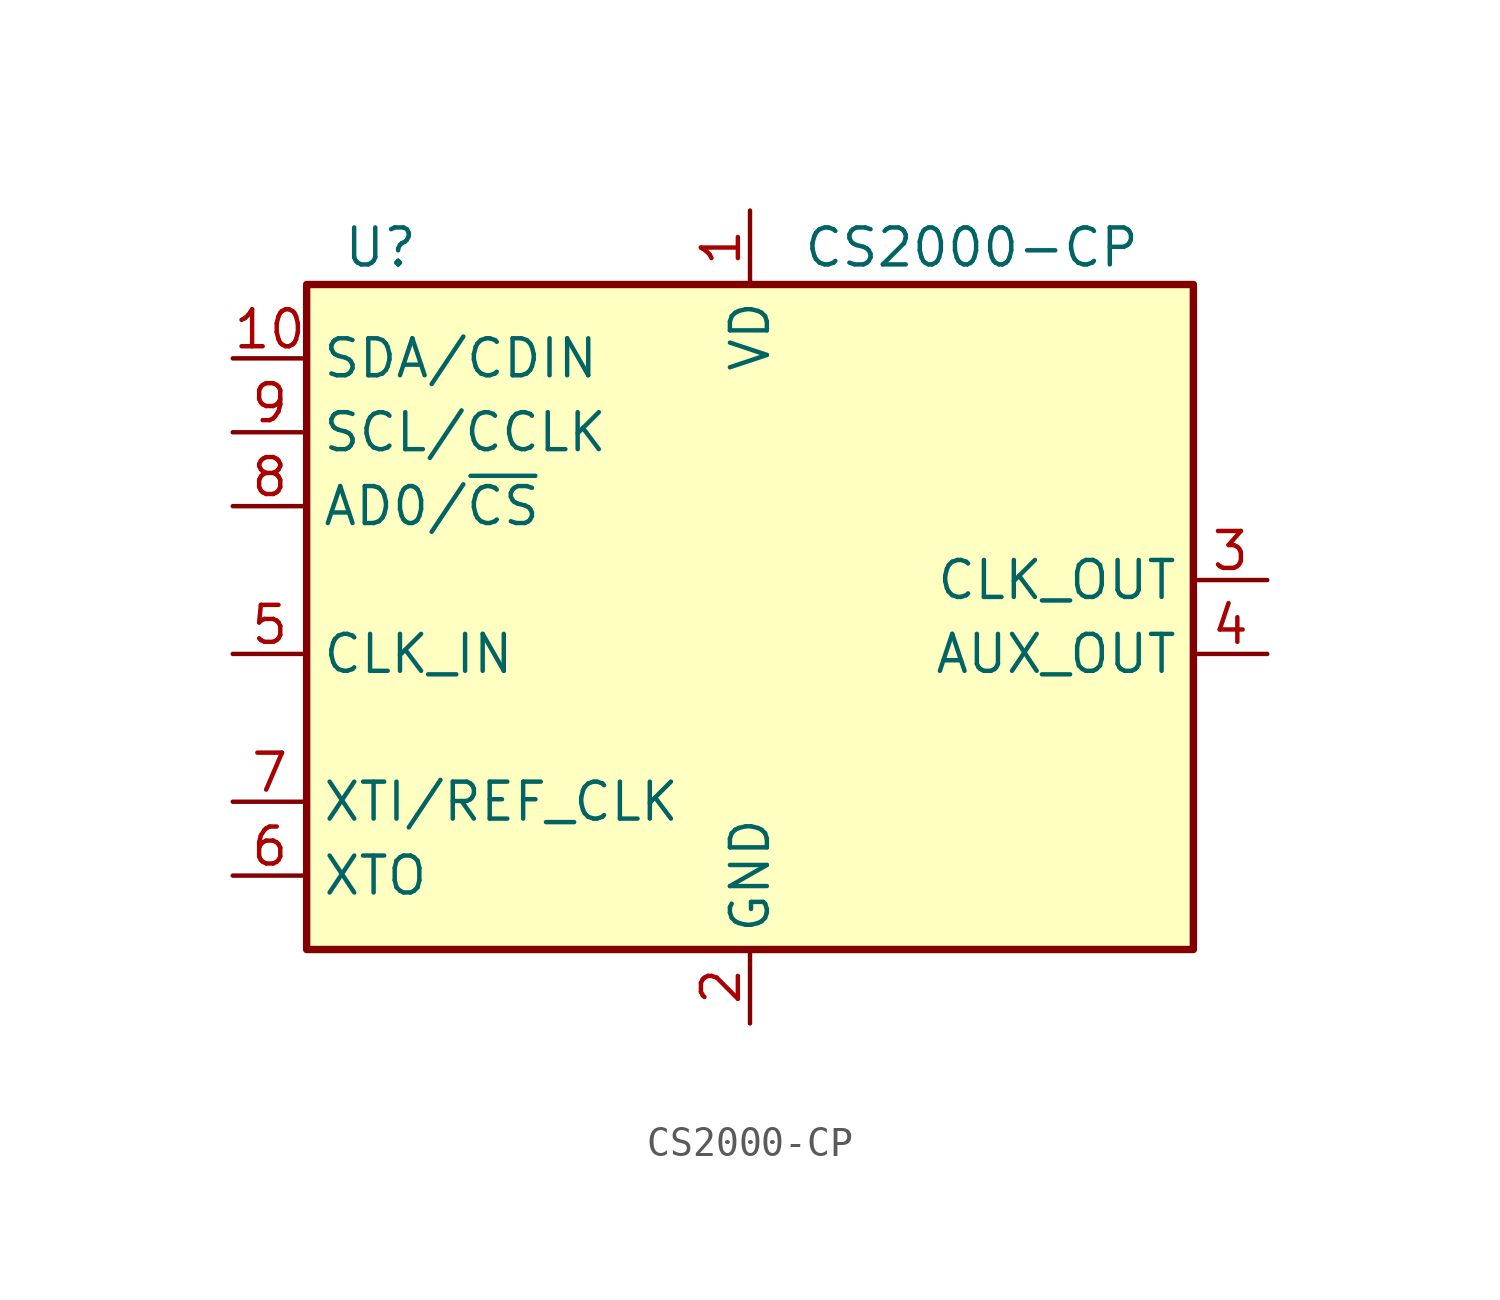
<source format=kicad_sym>
(kicad_symbol_lib
  (version 20241209)
  (generator "kicad_symbol_editor")
  (generator_version "9.0")
  (symbol "CS2000-CP"
    (property "Reference" "U"
      (at -12.7 13.97 0)
      (effects (font (size 1.27 1.27))))
    (property "Value" "CS2000-CP"
      (at 7.62 13.97 0)
      (effects (font (size 1.27 1.27))))
    (symbol "CS2000-CP_0_1"
      (rectangle (start -15.24 12.7) (end 15.24 -10.16) (stroke (width 0.254) (type default)) (fill (type background))))
    (symbol "CS2000-CP_1_1"
      (pin bidirectional line (at -17.78 10.16 0) (length 2.54) (name "SDA/CDIN" (effects (font (size 1.27 1.27)))) (number "10" (effects (font (size 1.27 1.27)))))
      (pin input line (at -17.78 7.62 0) (length 2.54) (name "SCL/CCLK" (effects (font (size 1.27 1.27)))) (number "9" (effects (font (size 1.27 1.27)))))
      (pin input line (at -17.78 5.08 0) (length 2.54) (name "AD0/~{CS}" (effects (font (size 1.27 1.27)))) (number "8" (effects (font (size 1.27 1.27)))))
      (pin input line (at -17.78 0 0) (length 2.54) (name "CLK_IN" (effects (font (size 1.27 1.27)))) (number "5" (effects (font (size 1.27 1.27)))))
      (pin input line (at -17.78 -5.08 0) (length 2.54) (name "XTI/REF_CLK" (effects (font (size 1.27 1.27)))) (number "7" (effects (font (size 1.27 1.27)))))
      (pin output line (at -17.78 -7.62 0) (length 2.54) (name "XTO" (effects (font (size 1.27 1.27)))) (number "6" (effects (font (size 1.27 1.27)))))
      (pin power_in line (at 0 15.24 270) (length 2.54) (name "VD" (effects (font (size 1.27 1.27)))) (number "1" (effects (font (size 1.27 1.27)))))
      (pin power_in line (at 0 -12.7 90) (length 2.54) (name "GND" (effects (font (size 1.27 1.27)))) (number "2" (effects (font (size 1.27 1.27)))))
      (pin output line (at 17.78 2.54 180) (length 2.54) (name "CLK_OUT" (effects (font (size 1.27 1.27)))) (number "3" (effects (font (size 1.27 1.27)))))
      (pin output line (at 17.78 0 180) (length 2.54) (name "AUX_OUT" (effects (font (size 1.27 1.27)))) (number "4" (effects (font (size 1.27 1.27))))))))
</source>
